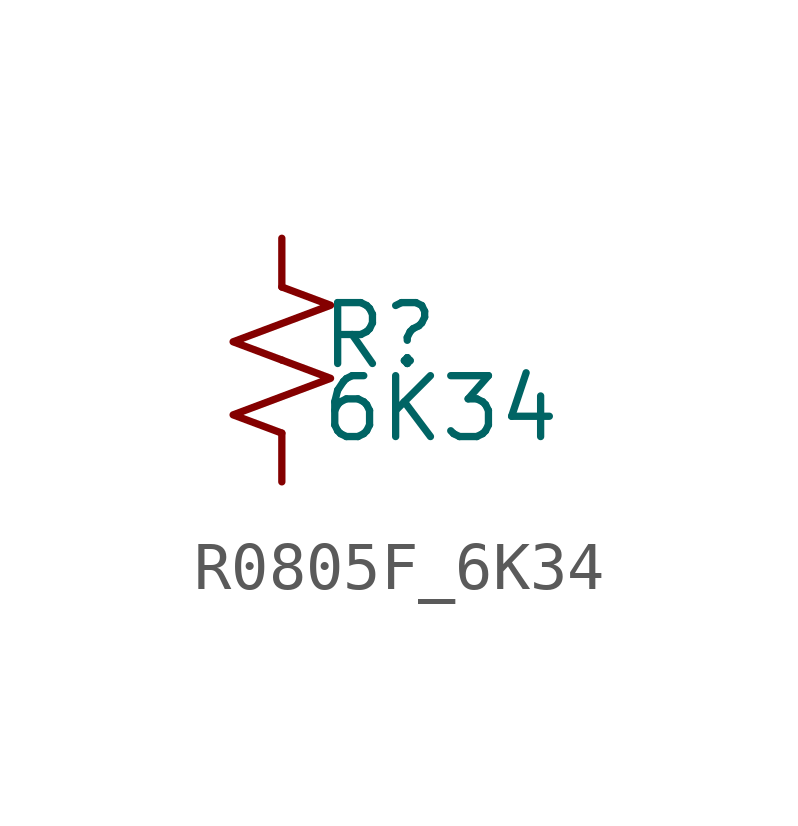
<source format=kicad_sym>
(kicad_symbol_lib
  (version 20220914)
  (generator kicad_symbol_editor)
  (symbol "R0805F_6K34"
    (pin_numbers hide)
    (pin_names
      (offset 0.254) hide)
    (property "Reference" "R"
      (at 0.762 0.508 0)
      (effects (font (size 1.27 1.27)) (justify left)))
    (property "Value" "6K34"
      (at 0.762 -1.016 0)
      (effects (font (size 1.27 1.27)) (justify left)))
    (symbol "R0805F_6K34_1_1"
      (polyline (pts (xy 0 0) (xy 1.016 -0.381) (xy 0 -0.762) (xy -1.016 -1.143) (xy 0 -1.524)) (stroke (width 0) (type default)) (fill (type none)))
      (polyline (pts (xy 0 1.524) (xy 1.016 1.143) (xy 0 0.762) (xy -1.016 0.381) (xy 0 0)) (stroke (width 0) (type default)) (fill (type none)))
      (pin passive line (at 0 2.54 270) (length 1.016) (name "~" (effects (font (size 1.27 1.27)))) (number "1" (effects (font (size 1.27 1.27)))))
      (pin passive line (at 0 -2.54 90) (length 1.016) (name "~" (effects (font (size 1.27 1.27)))) (number "2" (effects (font (size 1.27 1.27))))))))
</source>
